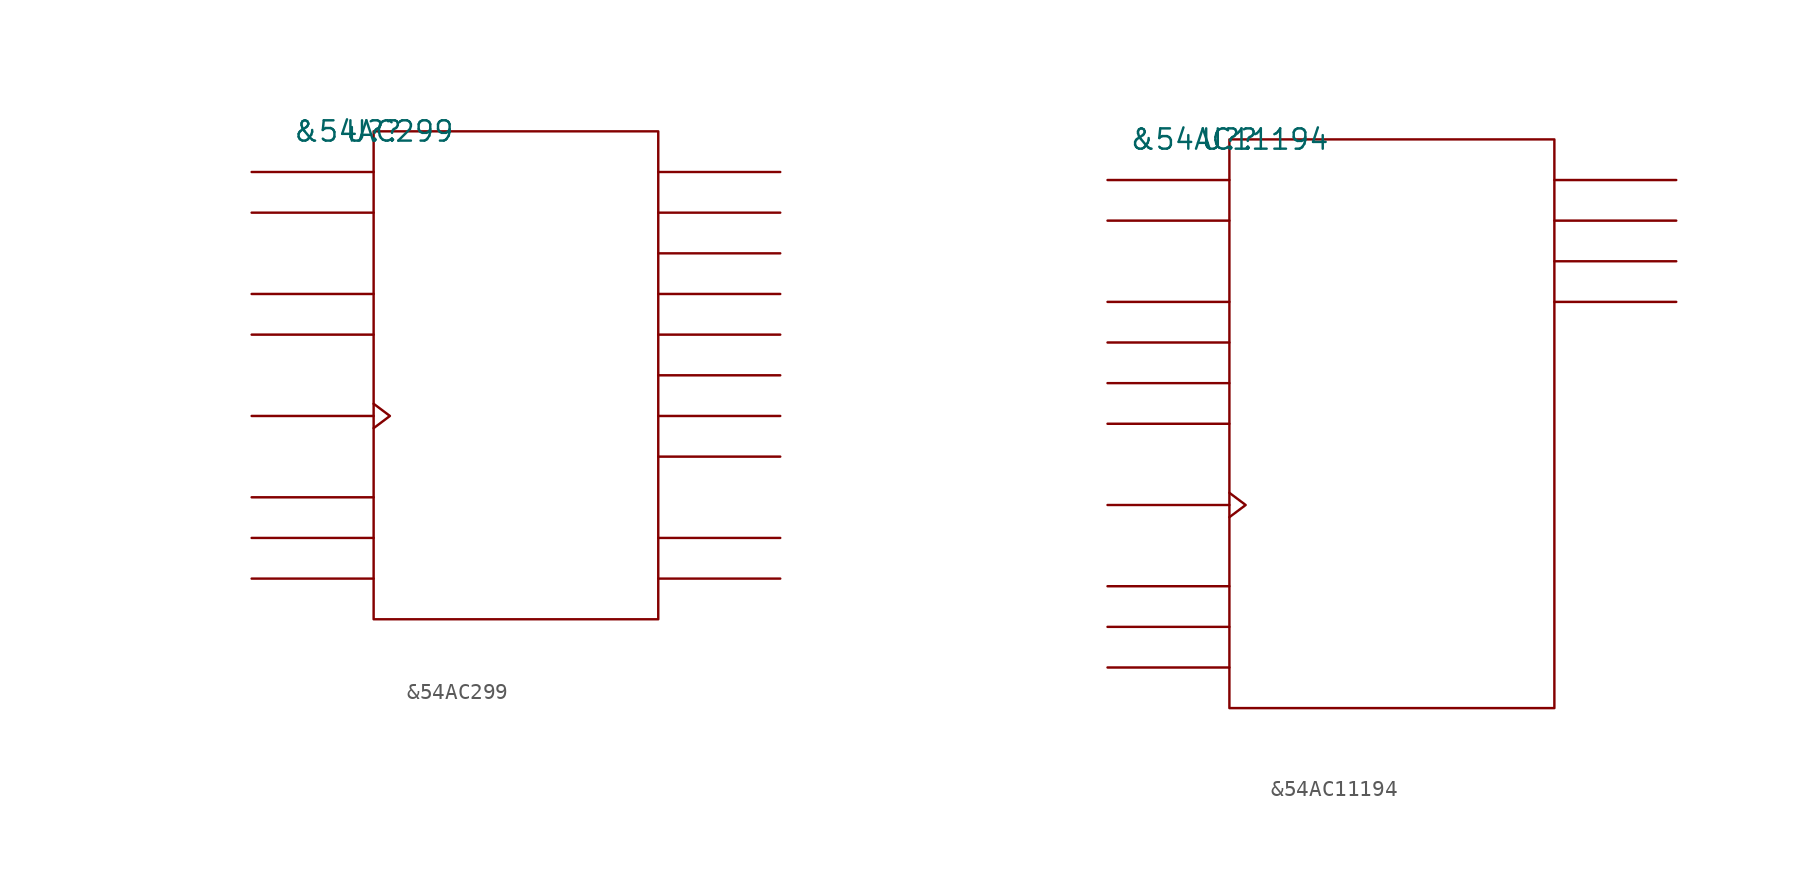
<source format=kicad_sym>
(kicad_symbol_lib
  (version 20211014)
  (generator kicad_symbol_editor)
  (symbol "&54AC299"
    (pin_names
      (offset 0.762))
    (property "Reference" "U?"
      (at 0 0 0)
      (effects (font (size 1.27 1.27))))
    (property "Value" "&54AC299"
      (at 0 0 0)
      (effects (font (size 1.27 1.27))))
    (symbol "&54AC299_0_1"
      (rectangle (start 0 -30.48) (end 17.78 0) (stroke (width 0) (type default) (color 0 0 0 0)) (fill (type none)))
      (polyline (pts (xy 0 -27.94) (xy -7.62 -27.94)) (stroke (width 0) (type default) (color 0 0 0 0)) (fill (type none)))
      (polyline (pts (xy 0 -25.4) (xy -7.62 -25.4)) (stroke (width 0) (type default) (color 0 0 0 0)) (fill (type none)))
      (polyline (pts (xy 0 -22.86) (xy -7.62 -22.86)) (stroke (width 0) (type default) (color 0 0 0 0)) (fill (type none)))
      (polyline (pts (xy 0 -17.78) (xy -7.62 -17.78)) (stroke (width 0) (type default) (color 0 0 0 0)) (fill (type none)))
      (polyline (pts (xy 0 -12.7) (xy -7.62 -12.7)) (stroke (width 0) (type default) (color 0 0 0 0)) (fill (type none)))
      (polyline (pts (xy 0 -10.16) (xy -7.62 -10.16)) (stroke (width 0) (type default) (color 0 0 0 0)) (fill (type none)))
      (polyline (pts (xy 0 -5.08) (xy -7.62 -5.08)) (stroke (width 0) (type default) (color 0 0 0 0)) (fill (type none)))
      (polyline (pts (xy 0 -2.54) (xy -7.62 -2.54)) (stroke (width 0) (type default) (color 0 0 0 0)) (fill (type none)))
      (polyline (pts (xy 17.78 -27.94) (xy 25.4 -27.94)) (stroke (width 0) (type default) (color 0 0 0 0)) (fill (type none)))
      (polyline (pts (xy 17.78 -25.4) (xy 25.4 -25.4)) (stroke (width 0) (type default) (color 0 0 0 0)) (fill (type none)))
      (polyline (pts (xy 17.78 -20.32) (xy 25.4 -20.32)) (stroke (width 0) (type default) (color 0 0 0 0)) (fill (type none)))
      (polyline (pts (xy 17.78 -17.78) (xy 25.4 -17.78)) (stroke (width 0) (type default) (color 0 0 0 0)) (fill (type none)))
      (polyline (pts (xy 17.78 -15.24) (xy 25.4 -15.24)) (stroke (width 0) (type default) (color 0 0 0 0)) (fill (type none)))
      (polyline (pts (xy 17.78 -12.7) (xy 25.4 -12.7)) (stroke (width 0) (type default) (color 0 0 0 0)) (fill (type none)))
      (polyline (pts (xy 17.78 -10.16) (xy 25.4 -10.16)) (stroke (width 0) (type default) (color 0 0 0 0)) (fill (type none)))
      (polyline (pts (xy 17.78 -7.62) (xy 25.4 -7.62)) (stroke (width 0) (type default) (color 0 0 0 0)) (fill (type none)))
      (polyline (pts (xy 17.78 -5.08) (xy 25.4 -5.08)) (stroke (width 0) (type default) (color 0 0 0 0)) (fill (type none)))
      (polyline (pts (xy 17.78 -2.54) (xy 25.4 -2.54)) (stroke (width 0) (type default) (color 0 0 0 0)) (fill (type none)))
      (polyline (pts (xy 0 -17.018) (xy 1.016 -17.78) (xy 0 -18.542)) (stroke (width 0) (type default) (color 0 0 0 0)) (fill (type none))))
    (symbol "&54AC299_1_1"
      (pin unspecified line (at -7.62 -25.4 0) (length 7.62) hide (name "S0" (effects (font (size 1.245 1.245)))) (number "1" (effects (font (size 1.245 1.245)))))
      (pin power_in line (at 10.16 -30.48 0) (length 7.62) hide (name "GND" (effects (font (size 1.245 1.245)))) (number "10" (effects (font (size 1.245 1.245)))))
      (pin unspecified line (at -7.62 -2.54 0) (length 7.62) hide (name "DS0" (effects (font (size 1.245 1.245)))) (number "11" (effects (font (size 1.245 1.245)))))
      (pin unspecified line (at -7.62 -17.78 180) (length 7.62) hide (name "CLK" (effects (font (size 1.245 1.245)))) (number "12" (effects (font (size 1.245 1.245)))))
      (pin unspecified line (at 25.4 -5.08 180) (length 7.62) hide (name "I/O1" (effects (font (size 1.245 1.245)))) (number "13" (effects (font (size 1.245 1.245)))))
      (pin unspecified line (at 25.4 -10.16 180) (length 7.62) hide (name "I/O3" (effects (font (size 1.245 1.245)))) (number "14" (effects (font (size 1.245 1.245)))))
      (pin unspecified line (at 25.4 -15.24 180) (length 7.62) hide (name "I/O5" (effects (font (size 1.245 1.245)))) (number "15" (effects (font (size 1.245 1.245)))))
      (pin unspecified line (at 25.4 -20.32 180) (length 7.62) hide (name "I/O7" (effects (font (size 1.245 1.245)))) (number "16" (effects (font (size 1.245 1.245)))))
      (pin unspecified line (at 25.4 -27.94 180) (length 7.62) hide (name "Q7" (effects (font (size 1.245 1.245)))) (number "17" (effects (font (size 1.245 1.245)))))
      (pin unspecified line (at -7.62 -5.08 0) (length 7.62) hide (name "DS7" (effects (font (size 1.245 1.245)))) (number "18" (effects (font (size 1.245 1.245)))))
      (pin unspecified line (at -7.62 -27.94 0) (length 7.62) hide (name "S1" (effects (font (size 1.245 1.245)))) (number "19" (effects (font (size 1.245 1.245)))))
      (pin unspecified line (at -7.62 -10.16 0) (length 7.62) hide (name "O\\E\\1\\" (effects (font (size 1.245 1.245)))) (number "2" (effects (font (size 1.245 1.245)))))
      (pin power_in line (at 7.62 0 0) (length 7.62) hide (name "VCC" (effects (font (size 1.245 1.245)))) (number "20" (effects (font (size 1.245 1.245)))))
      (pin unspecified line (at -7.62 -12.7 0) (length 7.62) hide (name "O\\E\\2\\" (effects (font (size 1.245 1.245)))) (number "3" (effects (font (size 1.245 1.245)))))
      (pin unspecified line (at 25.4 -17.78 180) (length 7.62) hide (name "I/O6" (effects (font (size 1.245 1.245)))) (number "4" (effects (font (size 1.245 1.245)))))
      (pin unspecified line (at 25.4 -12.7 180) (length 7.62) hide (name "I/O4" (effects (font (size 1.245 1.245)))) (number "5" (effects (font (size 1.245 1.245)))))
      (pin unspecified line (at 25.4 -7.62 180) (length 7.62) hide (name "I/O2" (effects (font (size 1.245 1.245)))) (number "6" (effects (font (size 1.245 1.245)))))
      (pin unspecified line (at 25.4 -2.54 180) (length 7.62) hide (name "I/O0" (effects (font (size 1.245 1.245)))) (number "7" (effects (font (size 1.245 1.245)))))
      (pin unspecified line (at 25.4 -25.4 180) (length 7.62) hide (name "Q0" (effects (font (size 1.245 1.245)))) (number "8" (effects (font (size 1.245 1.245)))))
      (pin unspecified line (at -7.62 -22.86 0) (length 7.62) hide (name "M\\R\\S\\T\\" (effects (font (size 1.245 1.245)))) (number "9" (effects (font (size 1.245 1.245)))))))
  (symbol "&54AC11194"
    (pin_names
      (offset 0.762))
    (property "Reference" "U?"
      (at 0 0 0)
      (effects (font (size 1.27 1.27))))
    (property "Value" "&54AC11194"
      (at 0 0 0)
      (effects (font (size 1.27 1.27))))
    (symbol "&54AC11194_0_1"
      (rectangle (start 0 -35.56) (end 20.32 0) (stroke (width 0) (type default) (color 0 0 0 0)) (fill (type none)))
      (polyline (pts (xy 0 -33.02) (xy -7.62 -33.02)) (stroke (width 0) (type default) (color 0 0 0 0)) (fill (type none)))
      (polyline (pts (xy 0 -30.48) (xy -7.62 -30.48)) (stroke (width 0) (type default) (color 0 0 0 0)) (fill (type none)))
      (polyline (pts (xy 0 -27.94) (xy -7.62 -27.94)) (stroke (width 0) (type default) (color 0 0 0 0)) (fill (type none)))
      (polyline (pts (xy 0 -22.86) (xy -7.62 -22.86)) (stroke (width 0) (type default) (color 0 0 0 0)) (fill (type none)))
      (polyline (pts (xy 0 -17.78) (xy -7.62 -17.78)) (stroke (width 0) (type default) (color 0 0 0 0)) (fill (type none)))
      (polyline (pts (xy 0 -15.24) (xy -7.62 -15.24)) (stroke (width 0) (type default) (color 0 0 0 0)) (fill (type none)))
      (polyline (pts (xy 0 -12.7) (xy -7.62 -12.7)) (stroke (width 0) (type default) (color 0 0 0 0)) (fill (type none)))
      (polyline (pts (xy 0 -10.16) (xy -7.62 -10.16)) (stroke (width 0) (type default) (color 0 0 0 0)) (fill (type none)))
      (polyline (pts (xy 0 -5.08) (xy -7.62 -5.08)) (stroke (width 0) (type default) (color 0 0 0 0)) (fill (type none)))
      (polyline (pts (xy 0 -2.54) (xy -7.62 -2.54)) (stroke (width 0) (type default) (color 0 0 0 0)) (fill (type none)))
      (polyline (pts (xy 20.32 -10.16) (xy 27.94 -10.16)) (stroke (width 0) (type default) (color 0 0 0 0)) (fill (type none)))
      (polyline (pts (xy 20.32 -7.62) (xy 27.94 -7.62)) (stroke (width 0) (type default) (color 0 0 0 0)) (fill (type none)))
      (polyline (pts (xy 20.32 -5.08) (xy 27.94 -5.08)) (stroke (width 0) (type default) (color 0 0 0 0)) (fill (type none)))
      (polyline (pts (xy 20.32 -2.54) (xy 27.94 -2.54)) (stroke (width 0) (type default) (color 0 0 0 0)) (fill (type none)))
      (polyline (pts (xy 0 -22.098) (xy 1.016 -22.86) (xy 0 -23.622)) (stroke (width 0) (type default) (color 0 0 0 0)) (fill (type none))))
    (symbol "&54AC11194_1_1"
      (pin unspecified line (at -7.62 -5.08 0) (length 7.62) hide (name "SRSER" (effects (font (size 1.245 1.245)))) (number "1" (effects (font (size 1.245 1.245)))))
      (pin unspecified line (at -7.62 -2.54 0) (length 7.62) hide (name "SLSER" (effects (font (size 1.245 1.245)))) (number "10" (effects (font (size 1.245 1.245)))))
      (pin unspecified line (at -7.62 -22.86 180) (length 7.62) hide (name "CLK" (effects (font (size 1.245 1.245)))) (number "11" (effects (font (size 1.245 1.245)))))
      (pin unspecified line (at -7.62 -27.94 0) (length 7.62) hide (name "C\\L\\R\\" (effects (font (size 1.245 1.245)))) (number "12" (effects (font (size 1.245 1.245)))))
      (pin unspecified line (at -7.62 -17.78 0) (length 7.62) hide (name "D" (effects (font (size 1.245 1.245)))) (number "13" (effects (font (size 1.245 1.245)))))
      (pin unspecified line (at -7.62 -15.24 0) (length 7.62) hide (name "C" (effects (font (size 1.245 1.245)))) (number "14" (effects (font (size 1.245 1.245)))))
      (pin power_in line (at 10.16 0 0) (length 7.62) hide (name "VCC" (effects (font (size 1.245 1.245)))) (number "15" (effects (font (size 1.245 1.245)))))
      (pin power_in line (at 12.7 0 0) (length 7.62) hide (name "VCC" (effects (font (size 1.245 1.245)))) (number "16" (effects (font (size 1.245 1.245)))))
      (pin unspecified line (at -7.62 -12.7 0) (length 7.62) hide (name "B" (effects (font (size 1.245 1.245)))) (number "17" (effects (font (size 1.245 1.245)))))
      (pin unspecified line (at -7.62 -10.16 0) (length 7.62) hide (name "A" (effects (font (size 1.245 1.245)))) (number "18" (effects (font (size 1.245 1.245)))))
      (pin unspecified line (at -7.62 -33.02 0) (length 7.62) hide (name "S1" (effects (font (size 1.245 1.245)))) (number "19" (effects (font (size 1.245 1.245)))))
      (pin unspecified line (at 27.94 -2.54 180) (length 7.62) hide (name "QA" (effects (font (size 1.245 1.245)))) (number "2" (effects (font (size 1.245 1.245)))))
      (pin unspecified line (at -7.62 -30.48 0) (length 7.62) hide (name "S0" (effects (font (size 1.245 1.245)))) (number "20" (effects (font (size 1.245 1.245)))))
      (pin unspecified line (at 27.94 -5.08 180) (length 7.62) hide (name "QB" (effects (font (size 1.245 1.245)))) (number "3" (effects (font (size 1.245 1.245)))))
      (pin power_in line (at 7.62 -35.56 180) (length 7.62) hide (name "GND" (effects (font (size 1.245 1.245)))) (number "4" (effects (font (size 1.245 1.245)))))
      (pin power_in line (at 10.16 -35.56 180) (length 7.62) hide (name "GND" (effects (font (size 1.245 1.245)))) (number "5" (effects (font (size 1.245 1.245)))))
      (pin power_in line (at 12.7 -35.56 180) (length 7.62) hide (name "GND" (effects (font (size 1.245 1.245)))) (number "6" (effects (font (size 1.245 1.245)))))
      (pin power_in line (at 15.24 -35.56 180) (length 7.62) hide (name "GND" (effects (font (size 1.245 1.245)))) (number "7" (effects (font (size 1.245 1.245)))))
      (pin unspecified line (at 27.94 -7.62 180) (length 7.62) hide (name "QC" (effects (font (size 1.245 1.245)))) (number "8" (effects (font (size 1.245 1.245)))))
      (pin unspecified line (at 27.94 -10.16 180) (length 7.62) hide (name "QD" (effects (font (size 1.245 1.245)))) (number "9" (effects (font (size 1.245 1.245))))))))
</source>
